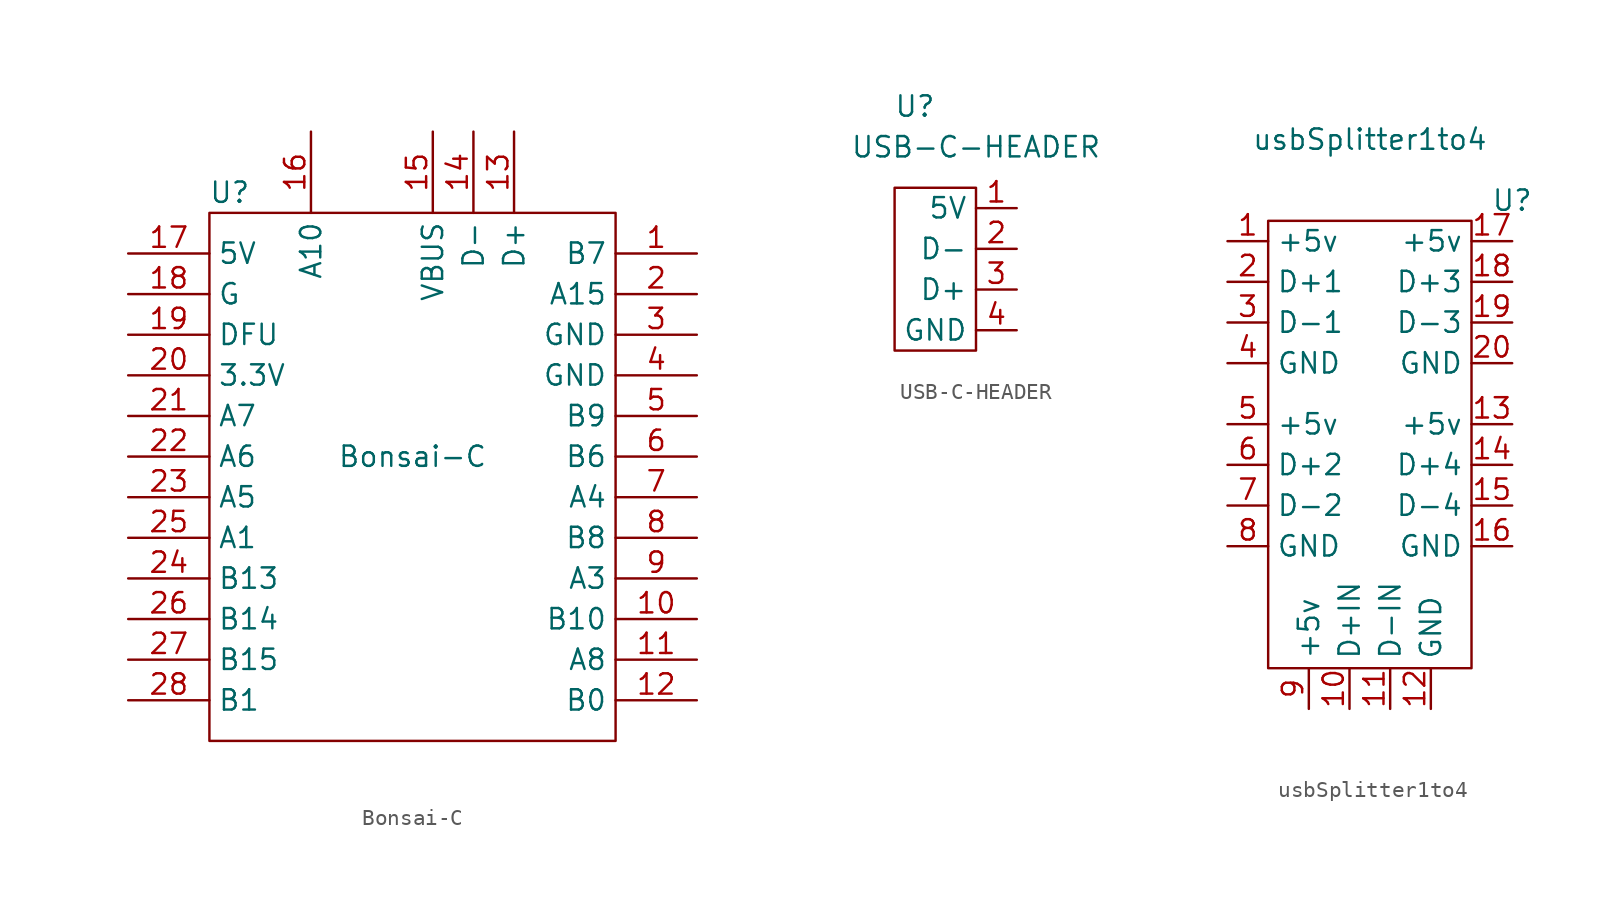
<source format=kicad_sym>
(kicad_symbol_lib
  (version 20211014)
  (generator kicad_symbol_editor)
  (symbol "Bonsai-C"
    (property "Reference" "U"
      (at -11.43 16.51 0)
      (effects (font (size 1.27 1.27))))
    (property "Value" "Bonsai-C"
      (at 0 0 0)
      (effects (font (size 1.27 1.27))))
    (symbol "Bonsai-C_0_1"
      (rectangle (start -12.7 15.24) (end 12.7 -17.78) (stroke (width 0) (type default) (color 0 0 0 0)) (fill (type none))))
    (symbol "Bonsai-C_1_1"
      (pin power_out line (at 17.78 12.7 180) (length 5.08) (name "B7" (effects (font (size 1.27 1.27)))) (number "1" (effects (font (size 1.27 1.27)))))
      (pin bidirectional line (at 17.78 -10.16 180) (length 5.08) (name "B10" (effects (font (size 1.27 1.27)))) (number "10" (effects (font (size 1.27 1.27)))))
      (pin bidirectional line (at 17.78 -12.7 180) (length 5.08) (name "A8" (effects (font (size 1.27 1.27)))) (number "11" (effects (font (size 1.27 1.27)))))
      (pin bidirectional line (at 17.78 -15.24 180) (length 5.08) (name "B0" (effects (font (size 1.27 1.27)))) (number "12" (effects (font (size 1.27 1.27)))))
      (pin power_in line (at 6.35 20.32 270) (length 5.08) (name "D+" (effects (font (size 1.27 1.27)))) (number "13" (effects (font (size 1.27 1.27)))))
      (pin power_in line (at 3.81 20.32 270) (length 5.08) (name "D-" (effects (font (size 1.27 1.27)))) (number "14" (effects (font (size 1.27 1.27)))))
      (pin bidirectional line (at 1.27 20.32 270) (length 5.08) (name "VBUS" (effects (font (size 1.27 1.27)))) (number "15" (effects (font (size 1.27 1.27)))))
      (pin bidirectional line (at -6.35 20.32 270) (length 5.08) (name "A10" (effects (font (size 1.27 1.27)))) (number "16" (effects (font (size 1.27 1.27)))))
      (pin bidirectional line (at -17.78 12.7 0) (length 5.08) (name "5V" (effects (font (size 1.27 1.27)))) (number "17" (effects (font (size 1.27 1.27)))))
      (pin bidirectional line (at -17.78 10.16 0) (length 5.08) (name "G" (effects (font (size 1.27 1.27)))) (number "18" (effects (font (size 1.27 1.27)))))
      (pin power_in line (at -17.78 7.62 0) (length 5.08) (name "DFU" (effects (font (size 1.27 1.27)))) (number "19" (effects (font (size 1.27 1.27)))))
      (pin power_in line (at 17.78 10.16 180) (length 5.08) (name "A15" (effects (font (size 1.27 1.27)))) (number "2" (effects (font (size 1.27 1.27)))))
      (pin power_in line (at -17.78 5.08 0) (length 5.08) (name "3.3V" (effects (font (size 1.27 1.27)))) (number "20" (effects (font (size 1.27 1.27)))))
      (pin bidirectional line (at -17.78 2.54 0) (length 5.08) (name "A7" (effects (font (size 1.27 1.27)))) (number "21" (effects (font (size 1.27 1.27)))))
      (pin bidirectional line (at -17.78 0 0) (length 5.08) (name "A6" (effects (font (size 1.27 1.27)))) (number "22" (effects (font (size 1.27 1.27)))))
      (pin bidirectional line (at -17.78 -2.54 0) (length 5.08) (name "A5" (effects (font (size 1.27 1.27)))) (number "23" (effects (font (size 1.27 1.27)))))
      (pin bidirectional line (at -17.78 -7.62 0) (length 5.08) (name "B13" (effects (font (size 1.27 1.27)))) (number "24" (effects (font (size 1.27 1.27)))))
      (pin bidirectional line (at -17.78 -5.08 0) (length 5.08) (name "A1" (effects (font (size 1.27 1.27)))) (number "25" (effects (font (size 1.27 1.27)))))
      (pin bidirectional line (at -17.78 -10.16 0) (length 5.08) (name "B14" (effects (font (size 1.27 1.27)))) (number "26" (effects (font (size 1.27 1.27)))))
      (pin bidirectional line (at -17.78 -12.7 0) (length 5.08) (name "B15" (effects (font (size 1.27 1.27)))) (number "27" (effects (font (size 1.27 1.27)))))
      (pin bidirectional line (at -17.78 -15.24 0) (length 5.08) (name "B1" (effects (font (size 1.27 1.27)))) (number "28" (effects (font (size 1.27 1.27)))))
      (pin input line (at 17.78 7.62 180) (length 5.08) (name "GND" (effects (font (size 1.27 1.27)))) (number "3" (effects (font (size 1.27 1.27)))))
      (pin power_in line (at 17.78 5.08 180) (length 5.08) (name "GND" (effects (font (size 1.27 1.27)))) (number "4" (effects (font (size 1.27 1.27)))))
      (pin bidirectional line (at 17.78 2.54 180) (length 5.08) (name "B9" (effects (font (size 1.27 1.27)))) (number "5" (effects (font (size 1.27 1.27)))))
      (pin bidirectional line (at 17.78 0 180) (length 5.08) (name "B6" (effects (font (size 1.27 1.27)))) (number "6" (effects (font (size 1.27 1.27)))))
      (pin bidirectional line (at 17.78 -2.54 180) (length 5.08) (name "A4" (effects (font (size 1.27 1.27)))) (number "7" (effects (font (size 1.27 1.27)))))
      (pin bidirectional line (at 17.78 -5.08 180) (length 5.08) (name "B8" (effects (font (size 1.27 1.27)))) (number "8" (effects (font (size 1.27 1.27)))))
      (pin bidirectional line (at 17.78 -7.62 180) (length 5.08) (name "A3" (effects (font (size 1.27 1.27)))) (number "9" (effects (font (size 1.27 1.27)))))))
  (symbol "USB-C-HEADER"
    (property "Reference" "U"
      (at -2.54 5.08 0)
      (effects (font (size 1.27 1.27))))
    (property "Value" "USB-C-HEADER"
      (at 1.27 2.54 0)
      (effects (font (size 1.27 1.27))))
    (symbol "USB-C-HEADER_0_1"
      (rectangle (start 1.27 0) (end -3.81 -10.16) (stroke (width 0) (type default) (color 0 0 0 0)) (fill (type none))))
    (symbol "USB-C-HEADER_1_1"
      (pin input line (at 3.81 -1.27 180) (length 2.54) (name "5V" (effects (font (size 1.27 1.27)))) (number "1" (effects (font (size 1.27 1.27)))))
      (pin input line (at 3.81 -3.81 180) (length 2.54) (name "D-" (effects (font (size 1.27 1.27)))) (number "2" (effects (font (size 1.27 1.27)))))
      (pin input line (at 3.81 -6.35 180) (length 2.54) (name "D+" (effects (font (size 1.27 1.27)))) (number "3" (effects (font (size 1.27 1.27)))))
      (pin input line (at 3.81 -8.89 180) (length 2.54) (name "GND" (effects (font (size 1.27 1.27)))) (number "4" (effects (font (size 1.27 1.27)))))))
  (symbol "usbSplitter1to4"
    (property "Reference" "U"
      (at 8.89 3.81 0)
      (effects (font (size 1.27 1.27))))
    (property "Value" "usbSplitter1to4"
      (at 0 7.62 0)
      (effects (font (size 1.27 1.27))))
    (symbol "usbSplitter1to4_0_1"
      (rectangle (start -6.35 2.54) (end 6.35 -25.4) (stroke (width 0) (type default) (color 0 0 0 0)) (fill (type none))))
    (symbol "usbSplitter1to4_1_1"
      (pin power_out line (at -8.89 1.27 0) (length 2.54) (name "+5v" (effects (font (size 1.27 1.27)))) (number "1" (effects (font (size 1.27 1.27)))))
      (pin bidirectional line (at -1.27 -27.94 90) (length 2.54) (name "D+IN" (effects (font (size 1.27 1.27)))) (number "10" (effects (font (size 1.27 1.27)))))
      (pin bidirectional line (at 1.27 -27.94 90) (length 2.54) (name "D-IN" (effects (font (size 1.27 1.27)))) (number "11" (effects (font (size 1.27 1.27)))))
      (pin power_in line (at 3.81 -27.94 90) (length 2.54) (name "GND" (effects (font (size 1.27 1.27)))) (number "12" (effects (font (size 1.27 1.27)))))
      (pin power_out line (at 8.89 -10.16 180) (length 2.54) (name "+5v" (effects (font (size 1.27 1.27)))) (number "13" (effects (font (size 1.27 1.27)))))
      (pin bidirectional line (at 8.89 -12.7 180) (length 2.54) (name "D+4" (effects (font (size 1.27 1.27)))) (number "14" (effects (font (size 1.27 1.27)))))
      (pin bidirectional line (at 8.89 -15.24 180) (length 2.54) (name "D-4" (effects (font (size 1.27 1.27)))) (number "15" (effects (font (size 1.27 1.27)))))
      (pin power_in line (at 8.89 -17.78 180) (length 2.54) (name "GND" (effects (font (size 1.27 1.27)))) (number "16" (effects (font (size 1.27 1.27)))))
      (pin power_out line (at 8.89 1.27 180) (length 2.54) (name "+5v" (effects (font (size 1.27 1.27)))) (number "17" (effects (font (size 1.27 1.27)))))
      (pin bidirectional line (at 8.89 -1.27 180) (length 2.54) (name "D+3" (effects (font (size 1.27 1.27)))) (number "18" (effects (font (size 1.27 1.27)))))
      (pin bidirectional line (at 8.89 -3.81 180) (length 2.54) (name "D-3" (effects (font (size 1.27 1.27)))) (number "19" (effects (font (size 1.27 1.27)))))
      (pin bidirectional line (at -8.89 -1.27 0) (length 2.54) (name "D+1" (effects (font (size 1.27 1.27)))) (number "2" (effects (font (size 1.27 1.27)))))
      (pin power_in line (at 8.89 -6.35 180) (length 2.54) (name "GND" (effects (font (size 1.27 1.27)))) (number "20" (effects (font (size 1.27 1.27)))))
      (pin bidirectional line (at -8.89 -3.81 0) (length 2.54) (name "D-1" (effects (font (size 1.27 1.27)))) (number "3" (effects (font (size 1.27 1.27)))))
      (pin power_in line (at -8.89 -6.35 0) (length 2.54) (name "GND" (effects (font (size 1.27 1.27)))) (number "4" (effects (font (size 1.27 1.27)))))
      (pin power_out line (at -8.89 -10.16 0) (length 2.54) (name "+5v" (effects (font (size 1.27 1.27)))) (number "5" (effects (font (size 1.27 1.27)))))
      (pin bidirectional line (at -8.89 -12.7 0) (length 2.54) (name "D+2" (effects (font (size 1.27 1.27)))) (number "6" (effects (font (size 1.27 1.27)))))
      (pin bidirectional line (at -8.89 -15.24 0) (length 2.54) (name "D-2" (effects (font (size 1.27 1.27)))) (number "7" (effects (font (size 1.27 1.27)))))
      (pin power_in line (at -8.89 -17.78 0) (length 2.54) (name "GND" (effects (font (size 1.27 1.27)))) (number "8" (effects (font (size 1.27 1.27)))))
      (pin power_out line (at -3.81 -27.94 90) (length 2.54) (name "+5v" (effects (font (size 1.27 1.27)))) (number "9" (effects (font (size 1.27 1.27))))))))
</source>
